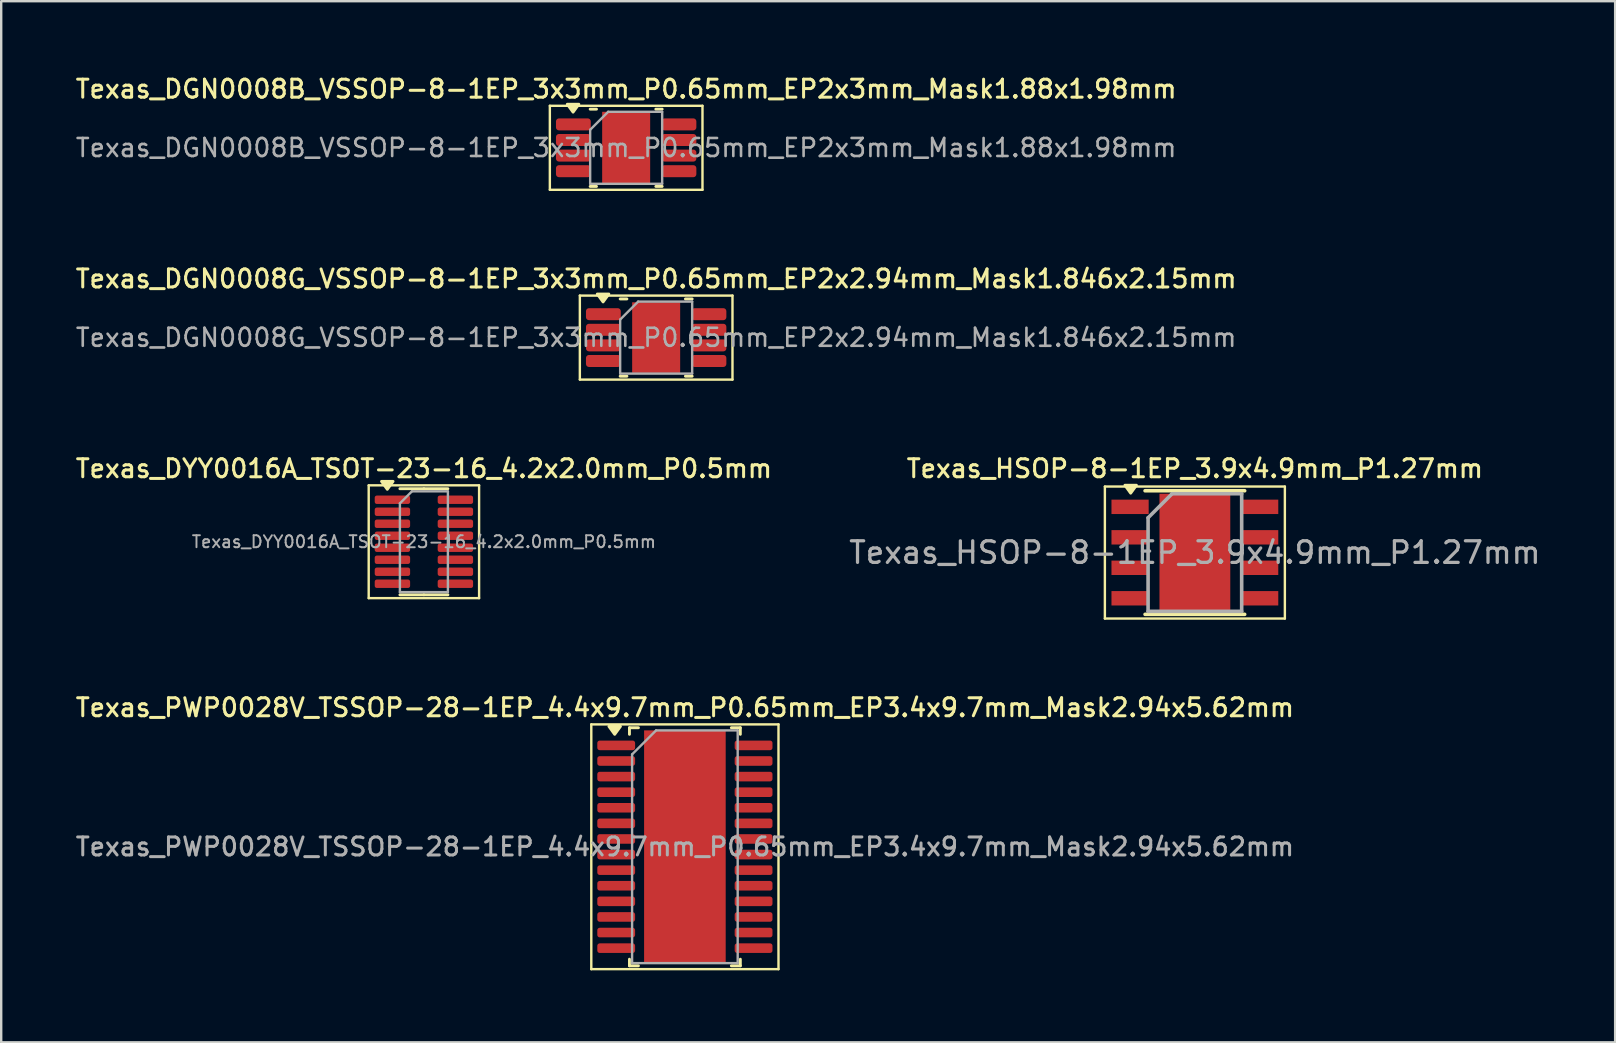
<source format=kicad_pcb>
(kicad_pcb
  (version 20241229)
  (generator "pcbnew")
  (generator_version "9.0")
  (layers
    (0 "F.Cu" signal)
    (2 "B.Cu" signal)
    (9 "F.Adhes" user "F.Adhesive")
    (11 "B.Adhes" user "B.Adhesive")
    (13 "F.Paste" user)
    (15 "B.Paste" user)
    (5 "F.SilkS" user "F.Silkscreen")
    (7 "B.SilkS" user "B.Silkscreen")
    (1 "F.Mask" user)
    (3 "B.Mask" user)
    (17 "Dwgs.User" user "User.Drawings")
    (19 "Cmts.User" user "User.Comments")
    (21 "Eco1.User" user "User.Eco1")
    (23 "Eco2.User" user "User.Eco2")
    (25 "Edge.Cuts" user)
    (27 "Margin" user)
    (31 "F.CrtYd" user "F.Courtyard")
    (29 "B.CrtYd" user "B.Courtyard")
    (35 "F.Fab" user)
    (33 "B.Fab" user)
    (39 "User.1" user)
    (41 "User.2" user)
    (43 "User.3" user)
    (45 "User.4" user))
  (footprint "Texas_DGN0008B_VSSOP-8-1EP_3x3mm_P0.65mm_EP2x3mm_Mask1.88x1.98mm"
    (layer "F.Cu")
    (at 23.041 3.108)
    (property "Reference" "Texas_DGN0008B_VSSOP-8-1EP_3x3mm_P0.65mm_EP2x3mm_Mask1.88x1.98mm" (at 0 -2.45 0) (layer "F.SilkS") (effects (font (size 0.75 0.75) (thickness 0.125))))
    (attr smd)
    (fp_line (start -3.18 -1.75) (end -3.18 1.75) (stroke (width 0.1) (type solid)) (layer "F.SilkS"))
    (fp_line (start -3.18 1.75) (end 3.18 1.75) (stroke (width 0.1) (type solid)) (layer "F.SilkS"))
    (fp_line (start -1.236 -1.61) (end -1.5 -1.61) (stroke (width 0.12) (type solid)) (layer "F.SilkS"))
    (fp_line (start -1.236 1.61) (end -1.5 1.61) (stroke (width 0.12) (type solid)) (layer "F.SilkS"))
    (fp_line (start 1.236 -1.61) (end 1.5 -1.61) (stroke (width 0.12) (type solid)) (layer "F.SilkS"))
    (fp_line (start 1.236 1.61) (end 1.5 1.61) (stroke (width 0.12) (type solid)) (layer "F.SilkS"))
    (fp_line (start 3.18 -1.75) (end -3.18 -1.75) (stroke (width 0.1) (type solid)) (layer "F.SilkS"))
    (fp_line (start 3.18 1.75) (end 3.18 -1.75) (stroke (width 0.1) (type solid)) (layer "F.SilkS"))
    (fp_poly (pts (xy -2.212 -1.485) (xy -2.453 -1.815) (xy -1.972 -1.815) (xy -2.212 -1.485)) (stroke (width 0.12) (type solid)) (fill yes) (layer "F.SilkS"))
    (fp_line (start -1.5 -0.75) (end -0.75 -1.5) (stroke (width 0.1) (type solid)) (layer "F.Fab"))
    (fp_line (start -1.5 1.5) (end -1.5 -0.75) (stroke (width 0.1) (type solid)) (layer "F.Fab"))
    (fp_line (start -0.75 -1.5) (end 1.5 -1.5) (stroke (width 0.1) (type solid)) (layer "F.Fab"))
    (fp_line (start 1.5 -1.5) (end 1.5 1.5) (stroke (width 0.1) (type solid)) (layer "F.Fab"))
    (fp_line (start 1.5 1.5) (end -1.5 1.5) (stroke (width 0.1) (type solid)) (layer "F.Fab"))
    (fp_text user "${REFERENCE}" (at 0 0 0) (layer "F.Fab") (effects (font (size 0.75 0.75) (thickness 0.11))))
    (pad "" smd roundrect (at 0 0) (size 1.52 1.6) (layers "F.Paste") (roundrect_rratio 0.164))
    (pad "" smd rect (at 0 0) (size 1.88 1.98) (layers "F.Mask"))
    (pad "1" smd roundrect (at -2.2 -0.975) (size 1.45 0.5) (layers "F.Cu" "F.Mask" "F.Paste") (roundrect_rratio 0.25))
    (pad "2" smd roundrect (at -2.2 -0.325) (size 1.45 0.5) (layers "F.Cu" "F.Mask" "F.Paste") (roundrect_rratio 0.25))
    (pad "3" smd roundrect (at -2.2 0.325) (size 1.45 0.5) (layers "F.Cu" "F.Mask" "F.Paste") (roundrect_rratio 0.25))
    (pad "4" smd roundrect (at -2.2 0.975) (size 1.45 0.5) (layers "F.Cu" "F.Mask" "F.Paste") (roundrect_rratio 0.25))
    (pad "5" smd roundrect (at 2.2 0.975) (size 1.45 0.5) (layers "F.Cu" "F.Mask" "F.Paste") (roundrect_rratio 0.25))
    (pad "6" smd roundrect (at 2.2 0.325) (size 1.45 0.5) (layers "F.Cu" "F.Mask" "F.Paste") (roundrect_rratio 0.25))
    (pad "7" smd roundrect (at 2.2 -0.325) (size 1.45 0.5) (layers "F.Cu" "F.Mask" "F.Paste") (roundrect_rratio 0.25))
    (pad "8" smd roundrect (at 2.2 -0.975) (size 1.45 0.5) (layers "F.Cu" "F.Mask" "F.Paste") (roundrect_rratio 0.25))
    (pad "9" smd rect (at 0 0) (size 2 3) (property pad_prop_heatsink) (layers "F.Cu")))
  (footprint "Texas_HSOP-8-1EP_3.9x4.9mm_P1.27mm"
    (layer "F.Cu")
    (at 46.738 19.974)
    (property "Reference" "Texas_HSOP-8-1EP_3.9x4.9mm_P1.27mm" (at 0 -3.5 0) (layer "F.SilkS") (effects (font (size 0.75 0.75) (thickness 0.125))))
    (attr smd)
    (fp_line (start -3.75 -2.75) (end -3.75 2.75) (stroke (width 0.1) (type solid)) (layer "F.SilkS"))
    (fp_line (start -3.75 -2.75) (end 3.75 -2.75) (stroke (width 0.1) (type solid)) (layer "F.SilkS"))
    (fp_line (start -3.75 2.75) (end 3.75 2.75) (stroke (width 0.1) (type solid)) (layer "F.SilkS"))
    (fp_line (start -2.075 -2.575) (end 2.075 -2.575) (stroke (width 0.15) (type solid)) (layer "F.SilkS"))
    (fp_line (start -2.075 2.575) (end 2.075 2.575) (stroke (width 0.15) (type solid)) (layer "F.SilkS"))
    (fp_line (start 3.75 -2.75) (end 3.75 2.75) (stroke (width 0.1) (type solid)) (layer "F.SilkS"))
    (fp_poly (pts (xy -2.675 -2.475) (xy -2.915 -2.805) (xy -2.435 -2.805) (xy -2.675 -2.475)) (stroke (width 0.12) (type solid)) (fill yes) (layer "F.SilkS"))
    (fp_line (start -1.95 -1.45) (end -0.95 -2.45) (stroke (width 0.15) (type solid)) (layer "F.Fab"))
    (fp_line (start -1.95 2.45) (end -1.95 -1.45) (stroke (width 0.15) (type solid)) (layer "F.Fab"))
    (fp_line (start -0.95 -2.45) (end 1.95 -2.45) (stroke (width 0.15) (type solid)) (layer "F.Fab"))
    (fp_line (start 1.95 -2.45) (end 1.95 2.45) (stroke (width 0.15) (type solid)) (layer "F.Fab"))
    (fp_line (start 1.95 2.45) (end -1.95 2.45) (stroke (width 0.15) (type solid)) (layer "F.Fab"))
    (fp_text user "${REFERENCE}" (at 0 0 0) (layer "F.Fab") (effects (font (size 0.9 0.9) (thickness 0.135))))
    (pad "" smd rect (at 0 0) (size 2.6 3.1) (layers "F.Mask"))
    (pad "" smd rect (at 0 0) (size 2.6 3.1) (layers "F.Paste"))
    (pad "1" smd rect (at -2.7 -1.905) (size 1.55 0.6) (layers "F.Cu" "F.Mask" "F.Paste"))
    (pad "2" smd rect (at -2.7 -0.635) (size 1.55 0.6) (layers "F.Cu" "F.Mask" "F.Paste"))
    (pad "3" smd rect (at -2.7 0.635) (size 1.55 0.6) (layers "F.Cu" "F.Mask" "F.Paste"))
    (pad "4" smd rect (at -2.7 1.905) (size 1.55 0.6) (layers "F.Cu" "F.Mask" "F.Paste"))
    (pad "5" smd rect (at 2.7 1.905) (size 1.55 0.6) (layers "F.Cu" "F.Mask" "F.Paste"))
    (pad "6" smd rect (at 2.7 0.635) (size 1.55 0.6) (layers "F.Cu" "F.Mask" "F.Paste"))
    (pad "7" smd rect (at 2.7 -0.635) (size 1.55 0.6) (layers "F.Cu" "F.Mask" "F.Paste"))
    (pad "8" smd rect (at 2.7 -1.905) (size 1.55 0.6) (layers "F.Cu" "F.Mask" "F.Paste"))
    (pad "9" smd rect (at 0 0) (size 2.95 4.9) (layers "F.Cu")))
  (footprint "Texas_DGN0008G_VSSOP-8-1EP_3x3mm_P0.65mm_EP2x2.94mm_Mask1.846x2.15mm"
    (layer "F.Cu")
    (at 24.291 11.016)
    (property "Reference" "Texas_DGN0008G_VSSOP-8-1EP_3x3mm_P0.65mm_EP2x2.94mm_Mask1.846x2.15mm" (at 0 -2.45 0) (layer "F.SilkS") (effects (font (size 0.75 0.75) (thickness 0.125))))
    (attr smd)
    (fp_line (start -3.18 -1.75) (end -3.18 1.75) (stroke (width 0.1) (type solid)) (layer "F.SilkS"))
    (fp_line (start -3.18 1.75) (end 3.18 1.75) (stroke (width 0.1) (type solid)) (layer "F.SilkS"))
    (fp_line (start -1.219 -1.61) (end -1.5 -1.61) (stroke (width 0.12) (type solid)) (layer "F.SilkS"))
    (fp_line (start -1.219 1.61) (end -1.5 1.61) (stroke (width 0.12) (type solid)) (layer "F.SilkS"))
    (fp_line (start 1.219 -1.61) (end 1.5 -1.61) (stroke (width 0.12) (type solid)) (layer "F.SilkS"))
    (fp_line (start 1.219 1.61) (end 1.5 1.61) (stroke (width 0.12) (type solid)) (layer "F.SilkS"))
    (fp_line (start 3.18 -1.75) (end -3.18 -1.75) (stroke (width 0.1) (type solid)) (layer "F.SilkS"))
    (fp_line (start 3.18 1.75) (end 3.18 -1.75) (stroke (width 0.1) (type solid)) (layer "F.SilkS"))
    (fp_poly (pts (xy -2.212 -1.485) (xy -2.453 -1.815) (xy -1.972 -1.815) (xy -2.212 -1.485)) (stroke (width 0.12) (type solid)) (fill yes) (layer "F.SilkS"))
    (fp_line (start -1.5 -0.75) (end -0.75 -1.5) (stroke (width 0.1) (type solid)) (layer "F.Fab"))
    (fp_line (start -1.5 1.5) (end -1.5 -0.75) (stroke (width 0.1) (type solid)) (layer "F.Fab"))
    (fp_line (start -0.75 -1.5) (end 1.5 -1.5) (stroke (width 0.1) (type solid)) (layer "F.Fab"))
    (fp_line (start 1.5 -1.5) (end 1.5 1.5) (stroke (width 0.1) (type solid)) (layer "F.Fab"))
    (fp_line (start 1.5 1.5) (end -1.5 1.5) (stroke (width 0.1) (type solid)) (layer "F.Fab"))
    (fp_text user "${REFERENCE}" (at 0 0 0) (layer "F.Fab") (effects (font (size 0.75 0.75) (thickness 0.11))))
    (pad "" smd roundrect (at 0 0) (size 1.49 1.73) (layers "F.Paste") (roundrect_rratio 0.168))
    (pad "" smd rect (at 0 0) (size 1.846 2.15) (layers "F.Mask"))
    (pad "1" smd roundrect (at -2.2 -0.975) (size 1.45 0.5) (layers "F.Cu" "F.Mask" "F.Paste") (roundrect_rratio 0.25))
    (pad "2" smd roundrect (at -2.2 -0.325) (size 1.45 0.5) (layers "F.Cu" "F.Mask" "F.Paste") (roundrect_rratio 0.25))
    (pad "3" smd roundrect (at -2.2 0.325) (size 1.45 0.5) (layers "F.Cu" "F.Mask" "F.Paste") (roundrect_rratio 0.25))
    (pad "4" smd roundrect (at -2.2 0.975) (size 1.45 0.5) (layers "F.Cu" "F.Mask" "F.Paste") (roundrect_rratio 0.25))
    (pad "5" smd roundrect (at 2.2 0.975) (size 1.45 0.5) (layers "F.Cu" "F.Mask" "F.Paste") (roundrect_rratio 0.25))
    (pad "6" smd roundrect (at 2.2 0.325) (size 1.45 0.5) (layers "F.Cu" "F.Mask" "F.Paste") (roundrect_rratio 0.25))
    (pad "7" smd roundrect (at 2.2 -0.325) (size 1.45 0.5) (layers "F.Cu" "F.Mask" "F.Paste") (roundrect_rratio 0.25))
    (pad "8" smd roundrect (at 2.2 -0.975) (size 1.45 0.5) (layers "F.Cu" "F.Mask" "F.Paste") (roundrect_rratio 0.25))
    (pad "9" smd rect (at 0 0) (size 2 2.94) (property pad_prop_heatsink) (layers "F.Cu")))
  (footprint "Texas_DYY0016A_TSOT-23-16_4.2x2.0mm_P0.5mm"
    (layer "F.Cu")
    (at 14.613 19.524)
    (property "Reference" "Texas_DYY0016A_TSOT-23-16_4.2x2.0mm_P0.5mm" (at 0 -3.05 0) (layer "F.SilkS") (effects (font (size 0.75 0.75) (thickness 0.125))))
    (attr smd)
    (fp_line (start -2.3 -2.35) (end -2.3 2.35) (stroke (width 0.1) (type solid)) (layer "F.SilkS"))
    (fp_line (start -2.3 2.35) (end 2.3 2.35) (stroke (width 0.1) (type solid)) (layer "F.SilkS"))
    (fp_line (start 0 -2.21) (end -1 -2.21) (stroke (width 0.12) (type solid)) (layer "F.SilkS"))
    (fp_line (start 0 -2.21) (end 1 -2.21) (stroke (width 0.12) (type solid)) (layer "F.SilkS"))
    (fp_line (start 0 2.21) (end -1 2.21) (stroke (width 0.12) (type solid)) (layer "F.SilkS"))
    (fp_line (start 0 2.21) (end 1 2.21) (stroke (width 0.12) (type solid)) (layer "F.SilkS"))
    (fp_line (start 2.3 -2.35) (end -2.3 -2.35) (stroke (width 0.1) (type solid)) (layer "F.SilkS"))
    (fp_line (start 2.3 2.35) (end 2.3 -2.35) (stroke (width 0.1) (type solid)) (layer "F.SilkS"))
    (fp_poly (pts (xy -1.525 -2.185) (xy -1.765 -2.515) (xy -1.285 -2.515) (xy -1.525 -2.185)) (stroke (width 0.12) (type solid)) (fill yes) (layer "F.SilkS"))
    (fp_line (start -1 -1.6) (end -0.5 -2.1) (stroke (width 0.1) (type solid)) (layer "F.Fab"))
    (fp_line (start -1 2.1) (end -1 -1.6) (stroke (width 0.1) (type solid)) (layer "F.Fab"))
    (fp_line (start -0.5 -2.1) (end 1 -2.1) (stroke (width 0.1) (type solid)) (layer "F.Fab"))
    (fp_line (start 1 -2.1) (end 1 2.1) (stroke (width 0.1) (type solid)) (layer "F.Fab"))
    (fp_line (start 1 2.1) (end -1 2.1) (stroke (width 0.1) (type solid)) (layer "F.Fab"))
    (fp_text user "${REFERENCE}" (at 0 0 0) (layer "F.Fab") (effects (font (size 0.5 0.5) (thickness 0.08))))
    (pad "1" smd roundrect (at -1.312 -1.75) (size 1.475 0.35) (layers "F.Cu" "F.Mask" "F.Paste") (roundrect_rratio 0.25))
    (pad "2" smd roundrect (at -1.312 -1.25) (size 1.475 0.35) (layers "F.Cu" "F.Mask" "F.Paste") (roundrect_rratio 0.25))
    (pad "3" smd roundrect (at -1.312 -0.75) (size 1.475 0.35) (layers "F.Cu" "F.Mask" "F.Paste") (roundrect_rratio 0.25))
    (pad "4" smd roundrect (at -1.312 -0.25) (size 1.475 0.35) (layers "F.Cu" "F.Mask" "F.Paste") (roundrect_rratio 0.25))
    (pad "5" smd roundrect (at -1.312 0.25) (size 1.475 0.35) (layers "F.Cu" "F.Mask" "F.Paste") (roundrect_rratio 0.25))
    (pad "6" smd roundrect (at -1.312 0.75) (size 1.475 0.35) (layers "F.Cu" "F.Mask" "F.Paste") (roundrect_rratio 0.25))
    (pad "7" smd roundrect (at -1.312 1.25) (size 1.475 0.35) (layers "F.Cu" "F.Mask" "F.Paste") (roundrect_rratio 0.25))
    (pad "8" smd roundrect (at -1.312 1.75) (size 1.475 0.35) (layers "F.Cu" "F.Mask" "F.Paste") (roundrect_rratio 0.25))
    (pad "9" smd roundrect (at 1.312 1.75) (size 1.475 0.35) (layers "F.Cu" "F.Mask" "F.Paste") (roundrect_rratio 0.25))
    (pad "10" smd roundrect (at 1.312 1.25) (size 1.475 0.35) (layers "F.Cu" "F.Mask" "F.Paste") (roundrect_rratio 0.25))
    (pad "11" smd roundrect (at 1.312 0.75) (size 1.475 0.35) (layers "F.Cu" "F.Mask" "F.Paste") (roundrect_rratio 0.25))
    (pad "12" smd roundrect (at 1.312 0.25) (size 1.475 0.35) (layers "F.Cu" "F.Mask" "F.Paste") (roundrect_rratio 0.25))
    (pad "13" smd roundrect (at 1.312 -0.25) (size 1.475 0.35) (layers "F.Cu" "F.Mask" "F.Paste") (roundrect_rratio 0.25))
    (pad "14" smd roundrect (at 1.312 -0.75) (size 1.475 0.35) (layers "F.Cu" "F.Mask" "F.Paste") (roundrect_rratio 0.25))
    (pad "15" smd roundrect (at 1.312 -1.25) (size 1.475 0.35) (layers "F.Cu" "F.Mask" "F.Paste") (roundrect_rratio 0.25))
    (pad "16" smd roundrect (at 1.312 -1.75) (size 1.475 0.35) (layers "F.Cu" "F.Mask" "F.Paste") (roundrect_rratio 0.25)))
  (footprint "Texas_PWP0028V_TSSOP-28-1EP_4.4x9.7mm_P0.65mm_EP3.4x9.7mm_Mask2.94x5.62mm"
    (layer "F.Cu")
    (at 25.488 32.233)
    (property "Reference" "Texas_PWP0028V_TSSOP-28-1EP_4.4x9.7mm_P0.65mm_EP3.4x9.7mm_Mask2.94x5.62mm" (at 0 -5.8 0) (layer "F.SilkS") (effects (font (size 0.75 0.75) (thickness 0.125))))
    (attr smd)
    (fp_line (start -3.9 -5.1) (end -3.9 5.1) (stroke (width 0.1) (type solid)) (layer "F.SilkS"))
    (fp_line (start -3.9 5.1) (end 3.9 5.1) (stroke (width 0.1) (type solid)) (layer "F.SilkS"))
    (fp_line (start -2.31 -4.96) (end -2.31 -4.685) (stroke (width 0.12) (type solid)) (layer "F.SilkS"))
    (fp_line (start -2.31 4.96) (end -2.31 4.685) (stroke (width 0.12) (type solid)) (layer "F.SilkS"))
    (fp_line (start -1.936 -4.96) (end -2.31 -4.96) (stroke (width 0.12) (type solid)) (layer "F.SilkS"))
    (fp_line (start -1.936 4.96) (end -2.31 4.96) (stroke (width 0.12) (type solid)) (layer "F.SilkS"))
    (fp_line (start 1.936 -4.96) (end 2.31 -4.96) (stroke (width 0.12) (type solid)) (layer "F.SilkS"))
    (fp_line (start 1.936 4.96) (end 2.31 4.96) (stroke (width 0.12) (type solid)) (layer "F.SilkS"))
    (fp_line (start 2.31 -4.96) (end 2.31 -4.685) (stroke (width 0.12) (type solid)) (layer "F.SilkS"))
    (fp_line (start 2.31 4.96) (end 2.31 4.685) (stroke (width 0.12) (type solid)) (layer "F.SilkS"))
    (fp_line (start 3.9 -5.1) (end -3.9 -5.1) (stroke (width 0.1) (type solid)) (layer "F.SilkS"))
    (fp_line (start 3.9 5.1) (end 3.9 -5.1) (stroke (width 0.1) (type solid)) (layer "F.SilkS"))
    (fp_poly (pts (xy -2.925 -4.685) (xy -3.165 -5.015) (xy -2.685 -5.015) (xy -2.925 -4.685)) (stroke (width 0.12) (type solid)) (fill yes) (layer "F.SilkS"))
    (fp_line (start -2.2 -3.85) (end -1.2 -4.85) (stroke (width 0.1) (type solid)) (layer "F.Fab"))
    (fp_line (start -2.2 4.85) (end -2.2 -3.85) (stroke (width 0.1) (type solid)) (layer "F.Fab"))
    (fp_line (start -1.2 -4.85) (end 2.2 -4.85) (stroke (width 0.1) (type solid)) (layer "F.Fab"))
    (fp_line (start 2.2 -4.85) (end 2.2 4.85) (stroke (width 0.1) (type solid)) (layer "F.Fab"))
    (fp_line (start 2.2 4.85) (end -2.2 4.85) (stroke (width 0.1) (type solid)) (layer "F.Fab"))
    (fp_text user "${REFERENCE}" (at 0 0 0) (layer "F.Fab") (effects (font (size 0.75 0.75) (thickness 0.125))))
    (pad "" smd roundrect (at -0.735 -2.24) (size 1.19 0.91) (layers "F.Paste") (roundrect_rratio 0.25))
    (pad "" smd roundrect (at -0.735 -1.12) (size 1.19 0.91) (layers "F.Paste") (roundrect_rratio 0.25))
    (pad "" smd roundrect (at -0.735 0) (size 1.19 0.91) (layers "F.Paste") (roundrect_rratio 0.25))
    (pad "" smd roundrect (at -0.735 1.12) (size 1.19 0.91) (layers "F.Paste") (roundrect_rratio 0.25))
    (pad "" smd roundrect (at -0.735 2.24) (size 1.19 0.91) (layers "F.Paste") (roundrect_rratio 0.25))
    (pad "" smd rect (at 0 0) (size 2.94 5.62) (layers "F.Mask"))
    (pad "" smd roundrect (at 0.735 -2.24) (size 1.19 0.91) (layers "F.Paste") (roundrect_rratio 0.25))
    (pad "" smd roundrect (at 0.735 -1.12) (size 1.19 0.91) (layers "F.Paste") (roundrect_rratio 0.25))
    (pad "" smd roundrect (at 0.735 0) (size 1.19 0.91) (layers "F.Paste") (roundrect_rratio 0.25))
    (pad "" smd roundrect (at 0.735 1.12) (size 1.19 0.91) (layers "F.Paste") (roundrect_rratio 0.25))
    (pad "" smd roundrect (at 0.735 2.24) (size 1.19 0.91) (layers "F.Paste") (roundrect_rratio 0.25))
    (pad "1" smd roundrect (at -2.862 -4.225) (size 1.575 0.4) (layers "F.Cu" "F.Mask" "F.Paste") (roundrect_rratio 0.25))
    (pad "2" smd roundrect (at -2.862 -3.575) (size 1.575 0.4) (layers "F.Cu" "F.Mask" "F.Paste") (roundrect_rratio 0.25))
    (pad "3" smd roundrect (at -2.862 -2.925) (size 1.575 0.4) (layers "F.Cu" "F.Mask" "F.Paste") (roundrect_rratio 0.25))
    (pad "4" smd roundrect (at -2.862 -2.275) (size 1.575 0.4) (layers "F.Cu" "F.Mask" "F.Paste") (roundrect_rratio 0.25))
    (pad "5" smd roundrect (at -2.862 -1.625) (size 1.575 0.4) (layers "F.Cu" "F.Mask" "F.Paste") (roundrect_rratio 0.25))
    (pad "6" smd roundrect (at -2.862 -0.975) (size 1.575 0.4) (layers "F.Cu" "F.Mask" "F.Paste") (roundrect_rratio 0.25))
    (pad "7" smd roundrect (at -2.862 -0.325) (size 1.575 0.4) (layers "F.Cu" "F.Mask" "F.Paste") (roundrect_rratio 0.25))
    (pad "8" smd roundrect (at -2.862 0.325) (size 1.575 0.4) (layers "F.Cu" "F.Mask" "F.Paste") (roundrect_rratio 0.25))
    (pad "9" smd roundrect (at -2.862 0.975) (size 1.575 0.4) (layers "F.Cu" "F.Mask" "F.Paste") (roundrect_rratio 0.25))
    (pad "10" smd roundrect (at -2.862 1.625) (size 1.575 0.4) (layers "F.Cu" "F.Mask" "F.Paste") (roundrect_rratio 0.25))
    (pad "11" smd roundrect (at -2.862 2.275) (size 1.575 0.4) (layers "F.Cu" "F.Mask" "F.Paste") (roundrect_rratio 0.25))
    (pad "12" smd roundrect (at -2.862 2.925) (size 1.575 0.4) (layers "F.Cu" "F.Mask" "F.Paste") (roundrect_rratio 0.25))
    (pad "13" smd roundrect (at -2.862 3.575) (size 1.575 0.4) (layers "F.Cu" "F.Mask" "F.Paste") (roundrect_rratio 0.25))
    (pad "14" smd roundrect (at -2.862 4.225) (size 1.575 0.4) (layers "F.Cu" "F.Mask" "F.Paste") (roundrect_rratio 0.25))
    (pad "15" smd roundrect (at 2.862 4.225) (size 1.575 0.4) (layers "F.Cu" "F.Mask" "F.Paste") (roundrect_rratio 0.25))
    (pad "16" smd roundrect (at 2.862 3.575) (size 1.575 0.4) (layers "F.Cu" "F.Mask" "F.Paste") (roundrect_rratio 0.25))
    (pad "17" smd roundrect (at 2.862 2.925) (size 1.575 0.4) (layers "F.Cu" "F.Mask" "F.Paste") (roundrect_rratio 0.25))
    (pad "18" smd roundrect (at 2.862 2.275) (size 1.575 0.4) (layers "F.Cu" "F.Mask" "F.Paste") (roundrect_rratio 0.25))
    (pad "19" smd roundrect (at 2.862 1.625) (size 1.575 0.4) (layers "F.Cu" "F.Mask" "F.Paste") (roundrect_rratio 0.25))
    (pad "20" smd roundrect (at 2.862 0.975) (size 1.575 0.4) (layers "F.Cu" "F.Mask" "F.Paste") (roundrect_rratio 0.25))
    (pad "21" smd roundrect (at 2.862 0.325) (size 1.575 0.4) (layers "F.Cu" "F.Mask" "F.Paste") (roundrect_rratio 0.25))
    (pad "22" smd roundrect (at 2.862 -0.325) (size 1.575 0.4) (layers "F.Cu" "F.Mask" "F.Paste") (roundrect_rratio 0.25))
    (pad "23" smd roundrect (at 2.862 -0.975) (size 1.575 0.4) (layers "F.Cu" "F.Mask" "F.Paste") (roundrect_rratio 0.25))
    (pad "24" smd roundrect (at 2.862 -1.625) (size 1.575 0.4) (layers "F.Cu" "F.Mask" "F.Paste") (roundrect_rratio 0.25))
    (pad "25" smd roundrect (at 2.862 -2.275) (size 1.575 0.4) (layers "F.Cu" "F.Mask" "F.Paste") (roundrect_rratio 0.25))
    (pad "26" smd roundrect (at 2.862 -2.925) (size 1.575 0.4) (layers "F.Cu" "F.Mask" "F.Paste") (roundrect_rratio 0.25))
    (pad "27" smd roundrect (at 2.862 -3.575) (size 1.575 0.4) (layers "F.Cu" "F.Mask" "F.Paste") (roundrect_rratio 0.25))
    (pad "28" smd roundrect (at 2.862 -4.225) (size 1.575 0.4) (layers "F.Cu" "F.Mask" "F.Paste") (roundrect_rratio 0.25))
    (pad "29" smd rect (at 0 0) (size 3.4 9.7) (property pad_prop_heatsink) (layers "F.Cu")))
  (gr_rect
    (start -3 -3)
    (end 64.25 40.383)
    (stroke (width 0.1) (type default))
    (fill no)
    (layer "Edge.Cuts")))
</source>
